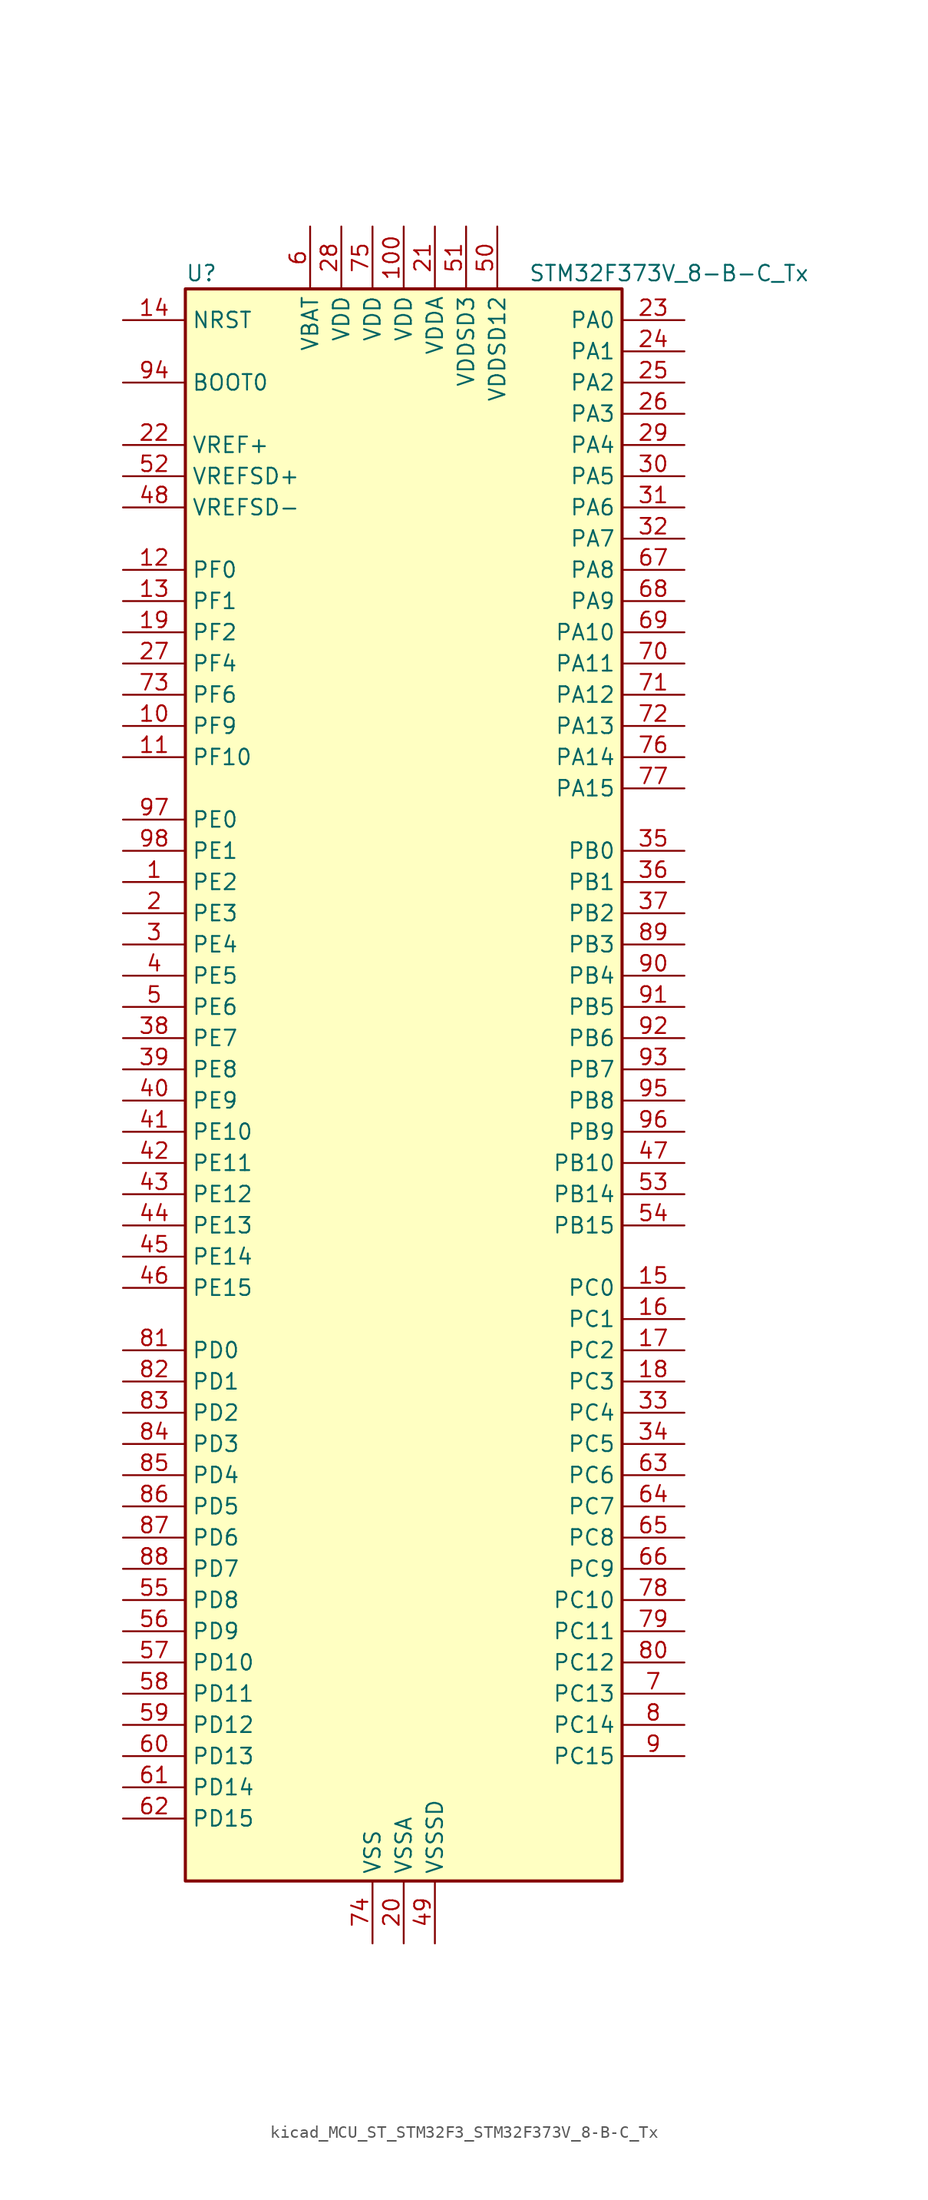
<source format=kicad_sym>
(kicad_symbol_lib
  (version 20220914)
  (generator kicad_symbol_editor)
  (symbol "kicad_MCU_ST_STM32F3_STM32F373V_8-B-C_Tx"
    (property "Reference" "U"
      (at -17.78 67.31 0)
      (effects (font (size 1.27 1.27)) (justify left)))
    (property "Value" "STM32F373V_8-B-C_Tx"
      (at 10.16 67.31 0)
      (effects (font (size 1.27 1.27)) (justify left)))
    (property "ki_locked" ""
      (at 0 0 0)
      (effects (font (size 1.27 1.27))))
    (symbol "kicad_MCU_ST_STM32F3_STM32F373V_8-B-C_Tx_0_1"
      (rectangle (start -17.78 -63.5) (end 17.78 66.04) (stroke (width 0.254) (type default)) (fill (type background))))
    (symbol "kicad_MCU_ST_STM32F3_STM32F373V_8-B-C_Tx_1_1"
      (pin bidirectional line (at -22.86 17.78 0) (length 5.08) (name "PE2" (effects (font (size 1.27 1.27)))) (number "1" (effects (font (size 1.27 1.27)))) (alternate "SYS_TRACECK" bidirectional line) (alternate "TSC_G7_IO1" bidirectional line))
      (pin bidirectional line (at -22.86 30.48 0) (length 5.08) (name "PF9" (effects (font (size 1.27 1.27)))) (number "10" (effects (font (size 1.27 1.27)))) (alternate "DAC1_EXTI9" bidirectional line) (alternate "DAC2_EXTI9" bidirectional line) (alternate "TIM14_CH1" bidirectional line))
      (pin power_in line (at 0 71.12 270) (length 5.08) (name "VDD" (effects (font (size 1.27 1.27)))) (number "100" (effects (font (size 1.27 1.27)))))
      (pin bidirectional line (at -22.86 27.94 0) (length 5.08) (name "PF10" (effects (font (size 1.27 1.27)))) (number "11" (effects (font (size 1.27 1.27)))))
      (pin bidirectional line (at -22.86 43.18 0) (length 5.08) (name "PF0" (effects (font (size 1.27 1.27)))) (number "12" (effects (font (size 1.27 1.27)))) (alternate "I2C2_SDA" bidirectional line) (alternate "RCC_OSC_IN" bidirectional line))
      (pin bidirectional line (at -22.86 40.64 0) (length 5.08) (name "PF1" (effects (font (size 1.27 1.27)))) (number "13" (effects (font (size 1.27 1.27)))) (alternate "I2C2_SCL" bidirectional line) (alternate "RCC_OSC_OUT" bidirectional line))
      (pin input line (at -22.86 63.5 0) (length 5.08) (name "NRST" (effects (font (size 1.27 1.27)))) (number "14" (effects (font (size 1.27 1.27)))))
      (pin bidirectional line (at 22.86 -15.24 180) (length 5.08) (name "PC0" (effects (font (size 1.27 1.27)))) (number "15" (effects (font (size 1.27 1.27)))) (alternate "ADC1_IN10" bidirectional line) (alternate "TIM5_CH1" bidirectional line) (alternate "TIM5_ETR" bidirectional line))
      (pin bidirectional line (at 22.86 -17.78 180) (length 5.08) (name "PC1" (effects (font (size 1.27 1.27)))) (number "16" (effects (font (size 1.27 1.27)))) (alternate "ADC1_IN11" bidirectional line) (alternate "TIM5_CH2" bidirectional line))
      (pin bidirectional line (at 22.86 -20.32 180) (length 5.08) (name "PC2" (effects (font (size 1.27 1.27)))) (number "17" (effects (font (size 1.27 1.27)))) (alternate "ADC1_IN12" bidirectional line) (alternate "I2S2_MCK" bidirectional line) (alternate "SPI2_MISO" bidirectional line) (alternate "TIM5_CH3" bidirectional line))
      (pin bidirectional line (at 22.86 -22.86 180) (length 5.08) (name "PC3" (effects (font (size 1.27 1.27)))) (number "18" (effects (font (size 1.27 1.27)))) (alternate "ADC1_IN13" bidirectional line) (alternate "I2S2_SD" bidirectional line) (alternate "SPI2_MOSI" bidirectional line) (alternate "TIM5_CH4" bidirectional line))
      (pin bidirectional line (at -22.86 38.1 0) (length 5.08) (name "PF2" (effects (font (size 1.27 1.27)))) (number "19" (effects (font (size 1.27 1.27)))) (alternate "I2C2_SMBA" bidirectional line))
      (pin bidirectional line (at -22.86 15.24 0) (length 5.08) (name "PE3" (effects (font (size 1.27 1.27)))) (number "2" (effects (font (size 1.27 1.27)))) (alternate "SYS_TRACED0" bidirectional line) (alternate "TSC_G7_IO2" bidirectional line))
      (pin power_in line (at 0 -68.58 90) (length 5.08) (name "VSSA" (effects (font (size 1.27 1.27)))) (number "20" (effects (font (size 1.27 1.27)))))
      (pin power_in line (at 2.54 71.12 270) (length 5.08) (name "VDDA" (effects (font (size 1.27 1.27)))) (number "21" (effects (font (size 1.27 1.27)))))
      (pin input line (at -22.86 53.34 0) (length 5.08) (name "VREF+" (effects (font (size 1.27 1.27)))) (number "22" (effects (font (size 1.27 1.27)))))
      (pin bidirectional line (at 22.86 63.5 180) (length 5.08) (name "PA0" (effects (font (size 1.27 1.27)))) (number "23" (effects (font (size 1.27 1.27)))) (alternate "ADC1_IN0" bidirectional line) (alternate "COMP1_INM" bidirectional line) (alternate "COMP1_OUT" bidirectional line) (alternate "RTC_TAMP2" bidirectional line) (alternate "SYS_WKUP1" bidirectional line) (alternate "TIM19_CH1" bidirectional line) (alternate "TIM2_CH1" bidirectional line) (alternate "TIM2_ETR" bidirectional line) (alternate "TIM5_CH1" bidirectional line) (alternate "TIM5_ETR" bidirectional line) (alternate "TSC_G1_IO1" bidirectional line) (alternate "USART2_CTS" bidirectional line))
      (pin bidirectional line (at 22.86 60.96 180) (length 5.08) (name "PA1" (effects (font (size 1.27 1.27)))) (number "24" (effects (font (size 1.27 1.27)))) (alternate "ADC1_IN1" bidirectional line) (alternate "COMP1_INP" bidirectional line) (alternate "I2S3_CK" bidirectional line) (alternate "RTC_REFIN" bidirectional line) (alternate "SPI3_SCK" bidirectional line) (alternate "TIM15_CH1N" bidirectional line) (alternate "TIM19_CH2" bidirectional line) (alternate "TIM2_CH2" bidirectional line) (alternate "TIM5_CH2" bidirectional line) (alternate "TSC_G1_IO2" bidirectional line) (alternate "USART2_DE" bidirectional line) (alternate "USART2_RTS" bidirectional line))
      (pin bidirectional line (at 22.86 58.42 180) (length 5.08) (name "PA2" (effects (font (size 1.27 1.27)))) (number "25" (effects (font (size 1.27 1.27)))) (alternate "ADC1_IN2" bidirectional line) (alternate "COMP2_INM" bidirectional line) (alternate "COMP2_OUT" bidirectional line) (alternate "I2S3_MCK" bidirectional line) (alternate "SPI3_MISO" bidirectional line) (alternate "TIM15_CH1" bidirectional line) (alternate "TIM19_CH3" bidirectional line) (alternate "TIM2_CH3" bidirectional line) (alternate "TIM5_CH3" bidirectional line) (alternate "TSC_G1_IO3" bidirectional line) (alternate "USART2_TX" bidirectional line))
      (pin bidirectional line (at 22.86 55.88 180) (length 5.08) (name "PA3" (effects (font (size 1.27 1.27)))) (number "26" (effects (font (size 1.27 1.27)))) (alternate "ADC1_IN3" bidirectional line) (alternate "COMP2_INP" bidirectional line) (alternate "I2S3_SD" bidirectional line) (alternate "SPI3_MOSI" bidirectional line) (alternate "TIM15_CH2" bidirectional line) (alternate "TIM19_CH4" bidirectional line) (alternate "TIM2_CH4" bidirectional line) (alternate "TIM5_CH4" bidirectional line) (alternate "TSC_G1_IO4" bidirectional line) (alternate "USART2_RX" bidirectional line))
      (pin bidirectional line (at -22.86 35.56 0) (length 5.08) (name "PF4" (effects (font (size 1.27 1.27)))) (number "27" (effects (font (size 1.27 1.27)))))
      (pin power_in line (at -5.08 71.12 270) (length 5.08) (name "VDD" (effects (font (size 1.27 1.27)))) (number "28" (effects (font (size 1.27 1.27)))))
      (pin bidirectional line (at 22.86 53.34 180) (length 5.08) (name "PA4" (effects (font (size 1.27 1.27)))) (number "29" (effects (font (size 1.27 1.27)))) (alternate "ADC1_IN4" bidirectional line) (alternate "DAC1_OUT1" bidirectional line) (alternate "I2S1_WS" bidirectional line) (alternate "I2S3_WS" bidirectional line) (alternate "SPI1_NSS" bidirectional line) (alternate "SPI3_NSS" bidirectional line) (alternate "TIM12_CH1" bidirectional line) (alternate "TIM3_CH2" bidirectional line) (alternate "TSC_G2_IO1" bidirectional line) (alternate "USART2_CK" bidirectional line))
      (pin bidirectional line (at -22.86 12.7 0) (length 5.08) (name "PE4" (effects (font (size 1.27 1.27)))) (number "3" (effects (font (size 1.27 1.27)))) (alternate "SYS_TRACED1" bidirectional line) (alternate "TSC_G7_IO3" bidirectional line))
      (pin bidirectional line (at 22.86 50.8 180) (length 5.08) (name "PA5" (effects (font (size 1.27 1.27)))) (number "30" (effects (font (size 1.27 1.27)))) (alternate "ADC1_IN5" bidirectional line) (alternate "CEC" bidirectional line) (alternate "DAC1_OUT2" bidirectional line) (alternate "I2S1_CK" bidirectional line) (alternate "SPI1_SCK" bidirectional line) (alternate "TIM12_CH2" bidirectional line) (alternate "TIM14_CH1" bidirectional line) (alternate "TIM2_CH1" bidirectional line) (alternate "TIM2_ETR" bidirectional line) (alternate "TSC_G2_IO2" bidirectional line))
      (pin bidirectional line (at 22.86 48.26 180) (length 5.08) (name "PA6" (effects (font (size 1.27 1.27)))) (number "31" (effects (font (size 1.27 1.27)))) (alternate "ADC1_IN6" bidirectional line) (alternate "COMP1_OUT" bidirectional line) (alternate "DAC2_OUT1" bidirectional line) (alternate "I2S1_MCK" bidirectional line) (alternate "SPI1_MISO" bidirectional line) (alternate "TIM13_CH1" bidirectional line) (alternate "TIM16_CH1" bidirectional line) (alternate "TIM3_CH1" bidirectional line) (alternate "TSC_G2_IO3" bidirectional line))
      (pin bidirectional line (at 22.86 45.72 180) (length 5.08) (name "PA7" (effects (font (size 1.27 1.27)))) (number "32" (effects (font (size 1.27 1.27)))) (alternate "ADC1_IN7" bidirectional line) (alternate "COMP2_OUT" bidirectional line) (alternate "I2S1_SD" bidirectional line) (alternate "SPI1_MOSI" bidirectional line) (alternate "TIM14_CH1" bidirectional line) (alternate "TIM17_CH1" bidirectional line) (alternate "TIM3_CH2" bidirectional line) (alternate "TSC_G2_IO4" bidirectional line))
      (pin bidirectional line (at 22.86 -25.4 180) (length 5.08) (name "PC4" (effects (font (size 1.27 1.27)))) (number "33" (effects (font (size 1.27 1.27)))) (alternate "ADC1_IN14" bidirectional line) (alternate "TIM13_CH1" bidirectional line) (alternate "TSC_G3_IO1" bidirectional line) (alternate "USART1_TX" bidirectional line))
      (pin bidirectional line (at 22.86 -27.94 180) (length 5.08) (name "PC5" (effects (font (size 1.27 1.27)))) (number "34" (effects (font (size 1.27 1.27)))) (alternate "ADC1_IN15" bidirectional line) (alternate "TSC_G3_IO2" bidirectional line) (alternate "USART1_RX" bidirectional line))
      (pin bidirectional line (at 22.86 20.32 180) (length 5.08) (name "PB0" (effects (font (size 1.27 1.27)))) (number "35" (effects (font (size 1.27 1.27)))) (alternate "ADC1_IN8" bidirectional line) (alternate "I2S1_SD" bidirectional line) (alternate "SDADC1_AIN6P" bidirectional line) (alternate "SPI1_MOSI" bidirectional line) (alternate "TIM3_CH2" bidirectional line) (alternate "TIM3_CH3" bidirectional line) (alternate "TSC_G3_IO3" bidirectional line))
      (pin bidirectional line (at 22.86 17.78 180) (length 5.08) (name "PB1" (effects (font (size 1.27 1.27)))) (number "36" (effects (font (size 1.27 1.27)))) (alternate "ADC1_IN9" bidirectional line) (alternate "SDADC1_AIN5P" bidirectional line) (alternate "SDADC1_AIN6M" bidirectional line) (alternate "TIM3_CH4" bidirectional line) (alternate "TSC_G3_IO4" bidirectional line))
      (pin bidirectional line (at 22.86 15.24 180) (length 5.08) (name "PB2" (effects (font (size 1.27 1.27)))) (number "37" (effects (font (size 1.27 1.27)))) (alternate "SDADC1_AIN4P" bidirectional line) (alternate "SDADC2_AIN6P" bidirectional line))
      (pin bidirectional line (at -22.86 5.08 0) (length 5.08) (name "PE7" (effects (font (size 1.27 1.27)))) (number "38" (effects (font (size 1.27 1.27)))) (alternate "SDADC1_AIN3P" bidirectional line) (alternate "SDADC1_AIN4M" bidirectional line) (alternate "SDADC2_AIN5P" bidirectional line) (alternate "SDADC2_AIN6M" bidirectional line))
      (pin bidirectional line (at -22.86 2.54 0) (length 5.08) (name "PE8" (effects (font (size 1.27 1.27)))) (number "39" (effects (font (size 1.27 1.27)))) (alternate "SDADC1_AIN8P" bidirectional line) (alternate "SDADC2_AIN8P" bidirectional line))
      (pin bidirectional line (at -22.86 10.16 0) (length 5.08) (name "PE5" (effects (font (size 1.27 1.27)))) (number "4" (effects (font (size 1.27 1.27)))) (alternate "SYS_TRACED2" bidirectional line) (alternate "TSC_G7_IO4" bidirectional line))
      (pin bidirectional line (at -22.86 0 0) (length 5.08) (name "PE9" (effects (font (size 1.27 1.27)))) (number "40" (effects (font (size 1.27 1.27)))) (alternate "DAC1_EXTI9" bidirectional line) (alternate "DAC2_EXTI9" bidirectional line) (alternate "SDADC1_AIN7P" bidirectional line) (alternate "SDADC1_AIN8M" bidirectional line) (alternate "SDADC2_AIN7P" bidirectional line) (alternate "SDADC2_AIN8M" bidirectional line))
      (pin bidirectional line (at -22.86 -2.54 0) (length 5.08) (name "PE10" (effects (font (size 1.27 1.27)))) (number "41" (effects (font (size 1.27 1.27)))) (alternate "SDADC1_AIN2P" bidirectional line))
      (pin bidirectional line (at -22.86 -5.08 0) (length 5.08) (name "PE11" (effects (font (size 1.27 1.27)))) (number "42" (effects (font (size 1.27 1.27)))) (alternate "ADC1_EXTI11" bidirectional line) (alternate "SDADC1_AIN1P" bidirectional line) (alternate "SDADC1_AIN2M" bidirectional line) (alternate "SDADC1_EXTI11" bidirectional line) (alternate "SDADC2_AIN4P" bidirectional line) (alternate "SDADC2_EXTI11" bidirectional line) (alternate "SDADC3_EXTI11" bidirectional line))
      (pin bidirectional line (at -22.86 -7.62 0) (length 5.08) (name "PE12" (effects (font (size 1.27 1.27)))) (number "43" (effects (font (size 1.27 1.27)))) (alternate "SDADC1_AIN0P" bidirectional line) (alternate "SDADC2_AIN3P" bidirectional line) (alternate "SDADC2_AIN4M" bidirectional line))
      (pin bidirectional line (at -22.86 -10.16 0) (length 5.08) (name "PE13" (effects (font (size 1.27 1.27)))) (number "44" (effects (font (size 1.27 1.27)))) (alternate "SDADC1_AIN0M" bidirectional line) (alternate "SDADC2_AIN2P" bidirectional line))
      (pin bidirectional line (at -22.86 -12.7 0) (length 5.08) (name "PE14" (effects (font (size 1.27 1.27)))) (number "45" (effects (font (size 1.27 1.27)))) (alternate "SDADC2_AIN1P" bidirectional line) (alternate "SDADC2_AIN2M" bidirectional line))
      (pin bidirectional line (at -22.86 -15.24 0) (length 5.08) (name "PE15" (effects (font (size 1.27 1.27)))) (number "46" (effects (font (size 1.27 1.27)))) (alternate "ADC1_EXTI15" bidirectional line) (alternate "SDADC1_EXTI15" bidirectional line) (alternate "SDADC2_AIN0P" bidirectional line) (alternate "SDADC2_EXTI15" bidirectional line) (alternate "SDADC3_EXTI15" bidirectional line) (alternate "USART3_RX" bidirectional line))
      (pin bidirectional line (at 22.86 -5.08 180) (length 5.08) (name "PB10" (effects (font (size 1.27 1.27)))) (number "47" (effects (font (size 1.27 1.27)))) (alternate "CEC" bidirectional line) (alternate "I2S2_CK" bidirectional line) (alternate "SDADC2_AIN0M" bidirectional line) (alternate "SPI2_SCK" bidirectional line) (alternate "TIM2_CH3" bidirectional line) (alternate "TSC_SYNC" bidirectional line) (alternate "USART3_TX" bidirectional line))
      (pin input line (at -22.86 48.26 0) (length 5.08) (name "VREFSD-" (effects (font (size 1.27 1.27)))) (number "48" (effects (font (size 1.27 1.27)))))
      (pin power_in line (at 2.54 -68.58 90) (length 5.08) (name "VSSSD" (effects (font (size 1.27 1.27)))) (number "49" (effects (font (size 1.27 1.27)))))
      (pin bidirectional line (at -22.86 7.62 0) (length 5.08) (name "PE6" (effects (font (size 1.27 1.27)))) (number "5" (effects (font (size 1.27 1.27)))) (alternate "RTC_TAMP3" bidirectional line) (alternate "SYS_TRACED3" bidirectional line) (alternate "SYS_WKUP3" bidirectional line))
      (pin power_in line (at 7.62 71.12 270) (length 5.08) (name "VDDSD12" (effects (font (size 1.27 1.27)))) (number "50" (effects (font (size 1.27 1.27)))))
      (pin power_in line (at 5.08 71.12 270) (length 5.08) (name "VDDSD3" (effects (font (size 1.27 1.27)))) (number "51" (effects (font (size 1.27 1.27)))))
      (pin input line (at -22.86 50.8 0) (length 5.08) (name "VREFSD+" (effects (font (size 1.27 1.27)))) (number "52" (effects (font (size 1.27 1.27)))))
      (pin bidirectional line (at 22.86 -7.62 180) (length 5.08) (name "PB14" (effects (font (size 1.27 1.27)))) (number "53" (effects (font (size 1.27 1.27)))) (alternate "I2S2_MCK" bidirectional line) (alternate "SDADC3_AIN8P" bidirectional line) (alternate "SPI2_MISO" bidirectional line) (alternate "TIM12_CH1" bidirectional line) (alternate "TIM15_CH1" bidirectional line) (alternate "TSC_G6_IO1" bidirectional line) (alternate "USART3_DE" bidirectional line) (alternate "USART3_RTS" bidirectional line))
      (pin bidirectional line (at 22.86 -10.16 180) (length 5.08) (name "PB15" (effects (font (size 1.27 1.27)))) (number "54" (effects (font (size 1.27 1.27)))) (alternate "ADC1_EXTI15" bidirectional line) (alternate "I2S2_SD" bidirectional line) (alternate "RTC_REFIN" bidirectional line) (alternate "SDADC1_EXTI15" bidirectional line) (alternate "SDADC2_EXTI15" bidirectional line) (alternate "SDADC3_AIN7P" bidirectional line) (alternate "SDADC3_AIN8M" bidirectional line) (alternate "SDADC3_EXTI15" bidirectional line) (alternate "SPI2_MOSI" bidirectional line) (alternate "TIM12_CH2" bidirectional line) (alternate "TIM15_CH1N" bidirectional line) (alternate "TIM15_CH2" bidirectional line) (alternate "TSC_G6_IO2" bidirectional line))
      (pin bidirectional line (at -22.86 -40.64 0) (length 5.08) (name "PD8" (effects (font (size 1.27 1.27)))) (number "55" (effects (font (size 1.27 1.27)))) (alternate "I2S2_CK" bidirectional line) (alternate "SDADC3_AIN6P" bidirectional line) (alternate "SPI2_SCK" bidirectional line) (alternate "TSC_G6_IO3" bidirectional line) (alternate "USART3_TX" bidirectional line))
      (pin bidirectional line (at -22.86 -43.18 0) (length 5.08) (name "PD9" (effects (font (size 1.27 1.27)))) (number "56" (effects (font (size 1.27 1.27)))) (alternate "DAC1_EXTI9" bidirectional line) (alternate "DAC2_EXTI9" bidirectional line) (alternate "SDADC3_AIN5P" bidirectional line) (alternate "SDADC3_AIN6M" bidirectional line) (alternate "TSC_G6_IO4" bidirectional line) (alternate "USART3_RX" bidirectional line))
      (pin bidirectional line (at -22.86 -45.72 0) (length 5.08) (name "PD10" (effects (font (size 1.27 1.27)))) (number "57" (effects (font (size 1.27 1.27)))) (alternate "SDADC3_AIN4P" bidirectional line) (alternate "USART3_CK" bidirectional line))
      (pin bidirectional line (at -22.86 -48.26 0) (length 5.08) (name "PD11" (effects (font (size 1.27 1.27)))) (number "58" (effects (font (size 1.27 1.27)))) (alternate "ADC1_EXTI11" bidirectional line) (alternate "SDADC1_EXTI11" bidirectional line) (alternate "SDADC2_EXTI11" bidirectional line) (alternate "SDADC3_AIN3P" bidirectional line) (alternate "SDADC3_AIN4M" bidirectional line) (alternate "SDADC3_EXTI11" bidirectional line) (alternate "USART3_CTS" bidirectional line))
      (pin bidirectional line (at -22.86 -50.8 0) (length 5.08) (name "PD12" (effects (font (size 1.27 1.27)))) (number "59" (effects (font (size 1.27 1.27)))) (alternate "SDADC3_AIN2P" bidirectional line) (alternate "TIM4_CH1" bidirectional line) (alternate "TSC_G8_IO1" bidirectional line) (alternate "USART3_DE" bidirectional line) (alternate "USART3_RTS" bidirectional line))
      (pin power_in line (at -7.62 71.12 270) (length 5.08) (name "VBAT" (effects (font (size 1.27 1.27)))) (number "6" (effects (font (size 1.27 1.27)))))
      (pin bidirectional line (at -22.86 -53.34 0) (length 5.08) (name "PD13" (effects (font (size 1.27 1.27)))) (number "60" (effects (font (size 1.27 1.27)))) (alternate "SDADC3_AIN1P" bidirectional line) (alternate "SDADC3_AIN2M" bidirectional line) (alternate "TIM4_CH2" bidirectional line) (alternate "TSC_G8_IO2" bidirectional line))
      (pin bidirectional line (at -22.86 -55.88 0) (length 5.08) (name "PD14" (effects (font (size 1.27 1.27)))) (number "61" (effects (font (size 1.27 1.27)))) (alternate "SDADC3_AIN0P" bidirectional line) (alternate "TIM4_CH3" bidirectional line) (alternate "TSC_G8_IO3" bidirectional line))
      (pin bidirectional line (at -22.86 -58.42 0) (length 5.08) (name "PD15" (effects (font (size 1.27 1.27)))) (number "62" (effects (font (size 1.27 1.27)))) (alternate "ADC1_EXTI15" bidirectional line) (alternate "SDADC1_EXTI15" bidirectional line) (alternate "SDADC2_EXTI15" bidirectional line) (alternate "SDADC3_AIN0M" bidirectional line) (alternate "SDADC3_EXTI15" bidirectional line) (alternate "TIM4_CH4" bidirectional line) (alternate "TSC_G8_IO4" bidirectional line))
      (pin bidirectional line (at 22.86 -30.48 180) (length 5.08) (name "PC6" (effects (font (size 1.27 1.27)))) (number "63" (effects (font (size 1.27 1.27)))) (alternate "I2S1_WS" bidirectional line) (alternate "SPI1_NSS" bidirectional line) (alternate "TIM3_CH1" bidirectional line))
      (pin bidirectional line (at 22.86 -33.02 180) (length 5.08) (name "PC7" (effects (font (size 1.27 1.27)))) (number "64" (effects (font (size 1.27 1.27)))) (alternate "I2S1_CK" bidirectional line) (alternate "SPI1_SCK" bidirectional line) (alternate "TIM3_CH2" bidirectional line))
      (pin bidirectional line (at 22.86 -35.56 180) (length 5.08) (name "PC8" (effects (font (size 1.27 1.27)))) (number "65" (effects (font (size 1.27 1.27)))) (alternate "I2S1_MCK" bidirectional line) (alternate "SPI1_MISO" bidirectional line) (alternate "TIM3_CH3" bidirectional line))
      (pin bidirectional line (at 22.86 -38.1 180) (length 5.08) (name "PC9" (effects (font (size 1.27 1.27)))) (number "66" (effects (font (size 1.27 1.27)))) (alternate "DAC1_EXTI9" bidirectional line) (alternate "DAC2_EXTI9" bidirectional line) (alternate "I2S1_SD" bidirectional line) (alternate "SPI1_MOSI" bidirectional line) (alternate "TIM3_CH4" bidirectional line))
      (pin bidirectional line (at 22.86 43.18 180) (length 5.08) (name "PA8" (effects (font (size 1.27 1.27)))) (number "67" (effects (font (size 1.27 1.27)))) (alternate "I2C2_SMBA" bidirectional line) (alternate "I2S2_CK" bidirectional line) (alternate "RCC_MCO" bidirectional line) (alternate "SPI2_SCK" bidirectional line) (alternate "TIM4_ETR" bidirectional line) (alternate "TIM5_CH1" bidirectional line) (alternate "TIM5_ETR" bidirectional line) (alternate "USART1_CK" bidirectional line))
      (pin bidirectional line (at 22.86 40.64 180) (length 5.08) (name "PA9" (effects (font (size 1.27 1.27)))) (number "68" (effects (font (size 1.27 1.27)))) (alternate "DAC1_EXTI9" bidirectional line) (alternate "DAC2_EXTI9" bidirectional line) (alternate "I2C2_SCL" bidirectional line) (alternate "I2S2_MCK" bidirectional line) (alternate "SPI2_MISO" bidirectional line) (alternate "TIM13_CH1" bidirectional line) (alternate "TIM15_BKIN" bidirectional line) (alternate "TIM2_CH3" bidirectional line) (alternate "TSC_G4_IO1" bidirectional line) (alternate "USART1_TX" bidirectional line))
      (pin bidirectional line (at 22.86 38.1 180) (length 5.08) (name "PA10" (effects (font (size 1.27 1.27)))) (number "69" (effects (font (size 1.27 1.27)))) (alternate "I2C2_SDA" bidirectional line) (alternate "I2S2_SD" bidirectional line) (alternate "SPI2_MOSI" bidirectional line) (alternate "TIM14_CH1" bidirectional line) (alternate "TIM17_BKIN" bidirectional line) (alternate "TIM2_CH4" bidirectional line) (alternate "TSC_G4_IO2" bidirectional line) (alternate "USART1_RX" bidirectional line))
      (pin bidirectional line (at 22.86 -48.26 180) (length 5.08) (name "PC13" (effects (font (size 1.27 1.27)))) (number "7" (effects (font (size 1.27 1.27)))) (alternate "RTC_OUT_ALARM" bidirectional line) (alternate "RTC_OUT_CALIB" bidirectional line) (alternate "RTC_TAMP1" bidirectional line) (alternate "RTC_TS" bidirectional line) (alternate "SYS_WKUP2" bidirectional line))
      (pin bidirectional line (at 22.86 35.56 180) (length 5.08) (name "PA11" (effects (font (size 1.27 1.27)))) (number "70" (effects (font (size 1.27 1.27)))) (alternate "ADC1_EXTI11" bidirectional line) (alternate "CAN_RX" bidirectional line) (alternate "COMP1_OUT" bidirectional line) (alternate "I2S1_WS" bidirectional line) (alternate "I2S2_WS" bidirectional line) (alternate "SDADC1_EXTI11" bidirectional line) (alternate "SDADC2_EXTI11" bidirectional line) (alternate "SDADC3_EXTI11" bidirectional line) (alternate "SPI1_NSS" bidirectional line) (alternate "SPI2_NSS" bidirectional line) (alternate "TIM4_CH1" bidirectional line) (alternate "TIM5_CH2" bidirectional line) (alternate "USART1_CTS" bidirectional line) (alternate "USB_DM" bidirectional line))
      (pin bidirectional line (at 22.86 33.02 180) (length 5.08) (name "PA12" (effects (font (size 1.27 1.27)))) (number "71" (effects (font (size 1.27 1.27)))) (alternate "CAN_TX" bidirectional line) (alternate "COMP2_OUT" bidirectional line) (alternate "I2S1_CK" bidirectional line) (alternate "SPI1_SCK" bidirectional line) (alternate "TIM16_CH1" bidirectional line) (alternate "TIM4_CH2" bidirectional line) (alternate "TIM5_CH3" bidirectional line) (alternate "USART1_DE" bidirectional line) (alternate "USART1_RTS" bidirectional line) (alternate "USB_DP" bidirectional line))
      (pin bidirectional line (at 22.86 30.48 180) (length 5.08) (name "PA13" (effects (font (size 1.27 1.27)))) (number "72" (effects (font (size 1.27 1.27)))) (alternate "I2S1_MCK" bidirectional line) (alternate "IR_OUT" bidirectional line) (alternate "SPI1_MISO" bidirectional line) (alternate "SYS_JTMS-SWDIO" bidirectional line) (alternate "TIM16_CH1N" bidirectional line) (alternate "TIM4_CH3" bidirectional line) (alternate "TIM5_CH4" bidirectional line) (alternate "TSC_G4_IO3" bidirectional line) (alternate "USART3_CTS" bidirectional line))
      (pin bidirectional line (at -22.86 33.02 0) (length 5.08) (name "PF6" (effects (font (size 1.27 1.27)))) (number "73" (effects (font (size 1.27 1.27)))) (alternate "I2C2_SCL" bidirectional line) (alternate "I2S1_SD" bidirectional line) (alternate "SPI1_MOSI" bidirectional line) (alternate "TIM4_CH4" bidirectional line) (alternate "USART3_DE" bidirectional line) (alternate "USART3_RTS" bidirectional line))
      (pin power_in line (at -2.54 -68.58 90) (length 5.08) (name "VSS" (effects (font (size 1.27 1.27)))) (number "74" (effects (font (size 1.27 1.27)))))
      (pin power_in line (at -2.54 71.12 270) (length 5.08) (name "VDD" (effects (font (size 1.27 1.27)))) (number "75" (effects (font (size 1.27 1.27)))))
      (pin bidirectional line (at 22.86 27.94 180) (length 5.08) (name "PA14" (effects (font (size 1.27 1.27)))) (number "76" (effects (font (size 1.27 1.27)))) (alternate "I2C1_SDA" bidirectional line) (alternate "SYS_JTCK-SWCLK" bidirectional line) (alternate "TIM12_CH1" bidirectional line) (alternate "TSC_G4_IO4" bidirectional line))
      (pin bidirectional line (at 22.86 25.4 180) (length 5.08) (name "PA15" (effects (font (size 1.27 1.27)))) (number "77" (effects (font (size 1.27 1.27)))) (alternate "ADC1_EXTI15" bidirectional line) (alternate "I2C1_SCL" bidirectional line) (alternate "I2S1_WS" bidirectional line) (alternate "I2S3_WS" bidirectional line) (alternate "SDADC1_EXTI15" bidirectional line) (alternate "SDADC2_EXTI15" bidirectional line) (alternate "SDADC3_EXTI15" bidirectional line) (alternate "SPI1_NSS" bidirectional line) (alternate "SPI3_NSS" bidirectional line) (alternate "SYS_JTDI" bidirectional line) (alternate "TIM12_CH2" bidirectional line) (alternate "TIM2_CH1" bidirectional line) (alternate "TIM2_ETR" bidirectional line) (alternate "TSC_SYNC" bidirectional line))
      (pin bidirectional line (at 22.86 -40.64 180) (length 5.08) (name "PC10" (effects (font (size 1.27 1.27)))) (number "78" (effects (font (size 1.27 1.27)))) (alternate "I2S3_CK" bidirectional line) (alternate "SPI3_SCK" bidirectional line) (alternate "TIM19_CH1" bidirectional line) (alternate "USART3_TX" bidirectional line))
      (pin bidirectional line (at 22.86 -43.18 180) (length 5.08) (name "PC11" (effects (font (size 1.27 1.27)))) (number "79" (effects (font (size 1.27 1.27)))) (alternate "ADC1_EXTI11" bidirectional line) (alternate "I2S3_MCK" bidirectional line) (alternate "SDADC1_EXTI11" bidirectional line) (alternate "SDADC2_EXTI11" bidirectional line) (alternate "SDADC3_EXTI11" bidirectional line) (alternate "SPI3_MISO" bidirectional line) (alternate "TIM19_CH2" bidirectional line) (alternate "USART3_RX" bidirectional line))
      (pin bidirectional line (at 22.86 -50.8 180) (length 5.08) (name "PC14" (effects (font (size 1.27 1.27)))) (number "8" (effects (font (size 1.27 1.27)))) (alternate "RCC_OSC32_IN" bidirectional line))
      (pin bidirectional line (at 22.86 -45.72 180) (length 5.08) (name "PC12" (effects (font (size 1.27 1.27)))) (number "80" (effects (font (size 1.27 1.27)))) (alternate "I2S3_SD" bidirectional line) (alternate "SPI3_MOSI" bidirectional line) (alternate "TIM19_CH3" bidirectional line) (alternate "USART3_CK" bidirectional line))
      (pin bidirectional line (at -22.86 -20.32 0) (length 5.08) (name "PD0" (effects (font (size 1.27 1.27)))) (number "81" (effects (font (size 1.27 1.27)))) (alternate "CAN_RX" bidirectional line) (alternate "TIM19_CH4" bidirectional line))
      (pin bidirectional line (at -22.86 -22.86 0) (length 5.08) (name "PD1" (effects (font (size 1.27 1.27)))) (number "82" (effects (font (size 1.27 1.27)))) (alternate "CAN_TX" bidirectional line) (alternate "TIM19_ETR" bidirectional line))
      (pin bidirectional line (at -22.86 -25.4 0) (length 5.08) (name "PD2" (effects (font (size 1.27 1.27)))) (number "83" (effects (font (size 1.27 1.27)))) (alternate "TIM3_ETR" bidirectional line))
      (pin bidirectional line (at -22.86 -27.94 0) (length 5.08) (name "PD3" (effects (font (size 1.27 1.27)))) (number "84" (effects (font (size 1.27 1.27)))) (alternate "I2S2_MCK" bidirectional line) (alternate "SPI2_MISO" bidirectional line) (alternate "USART2_CTS" bidirectional line))
      (pin bidirectional line (at -22.86 -30.48 0) (length 5.08) (name "PD4" (effects (font (size 1.27 1.27)))) (number "85" (effects (font (size 1.27 1.27)))) (alternate "I2S2_SD" bidirectional line) (alternate "SPI2_MOSI" bidirectional line) (alternate "USART2_DE" bidirectional line) (alternate "USART2_RTS" bidirectional line))
      (pin bidirectional line (at -22.86 -33.02 0) (length 5.08) (name "PD5" (effects (font (size 1.27 1.27)))) (number "86" (effects (font (size 1.27 1.27)))) (alternate "USART2_TX" bidirectional line))
      (pin bidirectional line (at -22.86 -35.56 0) (length 5.08) (name "PD6" (effects (font (size 1.27 1.27)))) (number "87" (effects (font (size 1.27 1.27)))) (alternate "I2S2_WS" bidirectional line) (alternate "SPI2_NSS" bidirectional line) (alternate "USART2_RX" bidirectional line))
      (pin bidirectional line (at -22.86 -38.1 0) (length 5.08) (name "PD7" (effects (font (size 1.27 1.27)))) (number "88" (effects (font (size 1.27 1.27)))) (alternate "I2S2_CK" bidirectional line) (alternate "SPI2_SCK" bidirectional line) (alternate "USART2_CK" bidirectional line))
      (pin bidirectional line (at 22.86 12.7 180) (length 5.08) (name "PB3" (effects (font (size 1.27 1.27)))) (number "89" (effects (font (size 1.27 1.27)))) (alternate "I2S1_CK" bidirectional line) (alternate "I2S3_CK" bidirectional line) (alternate "SPI1_SCK" bidirectional line) (alternate "SPI3_SCK" bidirectional line) (alternate "SYS_JTDO-TRACESWO" bidirectional line) (alternate "TIM13_CH1" bidirectional line) (alternate "TIM2_CH2" bidirectional line) (alternate "TIM3_ETR" bidirectional line) (alternate "TIM4_ETR" bidirectional line) (alternate "TSC_G5_IO1" bidirectional line) (alternate "USART2_TX" bidirectional line))
      (pin bidirectional line (at 22.86 -53.34 180) (length 5.08) (name "PC15" (effects (font (size 1.27 1.27)))) (number "9" (effects (font (size 1.27 1.27)))) (alternate "ADC1_EXTI15" bidirectional line) (alternate "RCC_OSC32_OUT" bidirectional line) (alternate "SDADC1_EXTI15" bidirectional line) (alternate "SDADC2_EXTI15" bidirectional line) (alternate "SDADC3_EXTI15" bidirectional line))
      (pin bidirectional line (at 22.86 10.16 180) (length 5.08) (name "PB4" (effects (font (size 1.27 1.27)))) (number "90" (effects (font (size 1.27 1.27)))) (alternate "I2S1_MCK" bidirectional line) (alternate "I2S3_MCK" bidirectional line) (alternate "SPI1_MISO" bidirectional line) (alternate "SPI3_MISO" bidirectional line) (alternate "SYS_NJTRST" bidirectional line) (alternate "TIM15_CH1N" bidirectional line) (alternate "TIM16_CH1" bidirectional line) (alternate "TIM17_BKIN" bidirectional line) (alternate "TIM3_CH1" bidirectional line) (alternate "TSC_G5_IO2" bidirectional line) (alternate "USART2_RX" bidirectional line))
      (pin bidirectional line (at 22.86 7.62 180) (length 5.08) (name "PB5" (effects (font (size 1.27 1.27)))) (number "91" (effects (font (size 1.27 1.27)))) (alternate "I2C1_SMBA" bidirectional line) (alternate "I2S1_SD" bidirectional line) (alternate "I2S3_SD" bidirectional line) (alternate "SPI1_MOSI" bidirectional line) (alternate "SPI3_MOSI" bidirectional line) (alternate "TIM16_BKIN" bidirectional line) (alternate "TIM17_CH1" bidirectional line) (alternate "TIM19_ETR" bidirectional line) (alternate "TIM3_CH2" bidirectional line) (alternate "USART2_CK" bidirectional line))
      (pin bidirectional line (at 22.86 5.08 180) (length 5.08) (name "PB6" (effects (font (size 1.27 1.27)))) (number "92" (effects (font (size 1.27 1.27)))) (alternate "I2C1_SCL" bidirectional line) (alternate "TIM15_CH1" bidirectional line) (alternate "TIM16_CH1N" bidirectional line) (alternate "TIM19_CH1" bidirectional line) (alternate "TIM3_CH3" bidirectional line) (alternate "TIM4_CH1" bidirectional line) (alternate "TSC_G5_IO3" bidirectional line) (alternate "USART1_TX" bidirectional line))
      (pin bidirectional line (at 22.86 2.54 180) (length 5.08) (name "PB7" (effects (font (size 1.27 1.27)))) (number "93" (effects (font (size 1.27 1.27)))) (alternate "I2C1_SDA" bidirectional line) (alternate "TIM15_CH2" bidirectional line) (alternate "TIM17_CH1N" bidirectional line) (alternate "TIM19_CH2" bidirectional line) (alternate "TIM3_CH4" bidirectional line) (alternate "TIM4_CH2" bidirectional line) (alternate "TSC_G5_IO4" bidirectional line) (alternate "USART1_RX" bidirectional line))
      (pin input line (at -22.86 58.42 0) (length 5.08) (name "BOOT0" (effects (font (size 1.27 1.27)))) (number "94" (effects (font (size 1.27 1.27)))))
      (pin bidirectional line (at 22.86 0 180) (length 5.08) (name "PB8" (effects (font (size 1.27 1.27)))) (number "95" (effects (font (size 1.27 1.27)))) (alternate "CAN_RX" bidirectional line) (alternate "CEC" bidirectional line) (alternate "COMP1_OUT" bidirectional line) (alternate "I2C1_SCL" bidirectional line) (alternate "I2S2_CK" bidirectional line) (alternate "SPI2_SCK" bidirectional line) (alternate "TIM16_CH1" bidirectional line) (alternate "TIM19_CH3" bidirectional line) (alternate "TIM4_CH3" bidirectional line) (alternate "TSC_SYNC" bidirectional line) (alternate "USART3_TX" bidirectional line))
      (pin bidirectional line (at 22.86 -2.54 180) (length 5.08) (name "PB9" (effects (font (size 1.27 1.27)))) (number "96" (effects (font (size 1.27 1.27)))) (alternate "CAN_TX" bidirectional line) (alternate "COMP2_OUT" bidirectional line) (alternate "DAC1_EXTI9" bidirectional line) (alternate "DAC2_EXTI9" bidirectional line) (alternate "I2C1_SDA" bidirectional line) (alternate "I2S2_WS" bidirectional line) (alternate "IR_OUT" bidirectional line) (alternate "SPI2_NSS" bidirectional line) (alternate "TIM17_CH1" bidirectional line) (alternate "TIM19_CH4" bidirectional line) (alternate "TIM4_CH4" bidirectional line) (alternate "USART3_RX" bidirectional line))
      (pin bidirectional line (at -22.86 22.86 0) (length 5.08) (name "PE0" (effects (font (size 1.27 1.27)))) (number "97" (effects (font (size 1.27 1.27)))) (alternate "TIM4_ETR" bidirectional line) (alternate "USART1_TX" bidirectional line))
      (pin bidirectional line (at -22.86 20.32 0) (length 5.08) (name "PE1" (effects (font (size 1.27 1.27)))) (number "98" (effects (font (size 1.27 1.27)))) (alternate "USART1_RX" bidirectional line))
      (pin passive line (at -2.54 -68.58 90) (length 5.08) hide (name "VSS" (effects (font (size 1.27 1.27)))) (number "99" (effects (font (size 1.27 1.27))))))))
</source>
